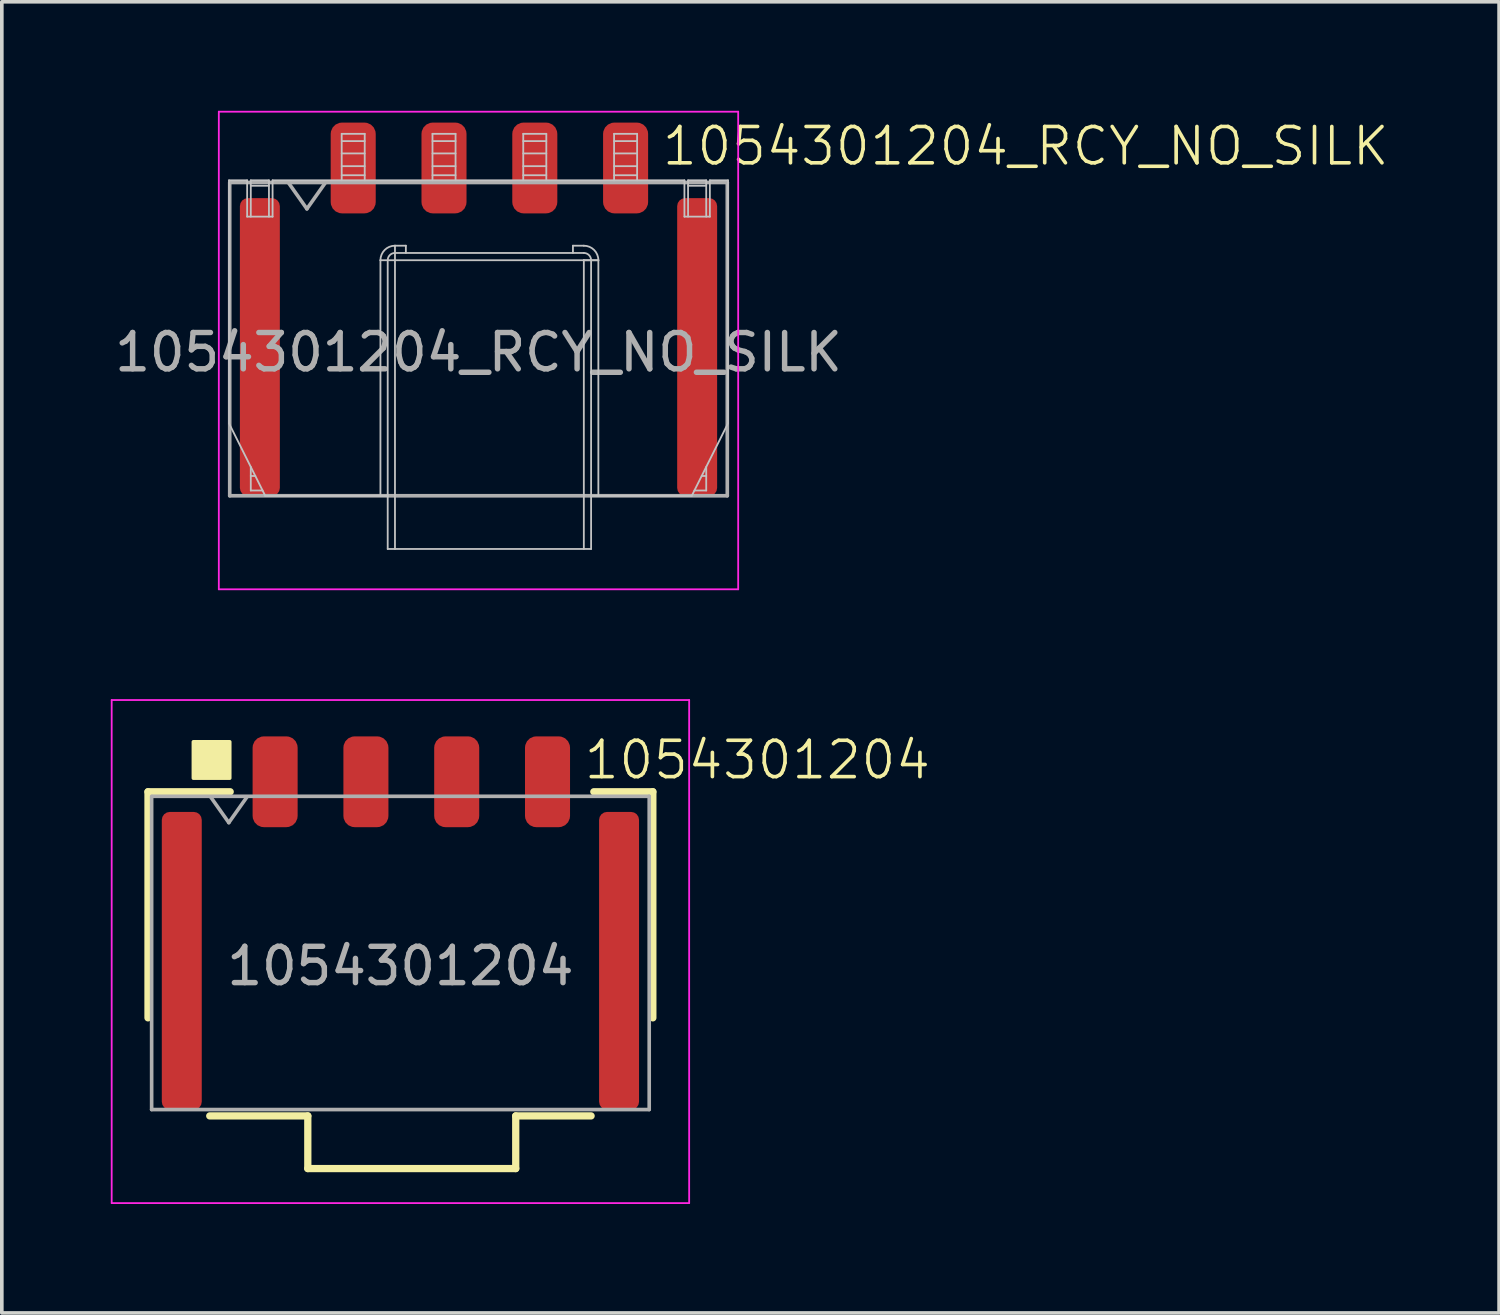
<source format=kicad_pcb>
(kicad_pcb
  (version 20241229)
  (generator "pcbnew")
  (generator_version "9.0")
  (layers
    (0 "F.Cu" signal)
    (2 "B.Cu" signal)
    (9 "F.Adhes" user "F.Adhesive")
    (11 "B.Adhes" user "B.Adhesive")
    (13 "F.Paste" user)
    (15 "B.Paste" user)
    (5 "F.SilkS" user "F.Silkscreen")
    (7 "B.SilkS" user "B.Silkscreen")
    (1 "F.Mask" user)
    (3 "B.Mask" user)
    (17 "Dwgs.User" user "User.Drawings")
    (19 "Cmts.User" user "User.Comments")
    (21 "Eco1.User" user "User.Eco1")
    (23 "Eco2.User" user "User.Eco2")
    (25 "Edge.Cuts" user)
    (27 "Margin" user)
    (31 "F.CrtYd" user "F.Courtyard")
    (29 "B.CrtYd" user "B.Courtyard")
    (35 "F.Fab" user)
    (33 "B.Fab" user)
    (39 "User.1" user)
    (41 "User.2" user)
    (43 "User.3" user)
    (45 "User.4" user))
  (footprint "1054301204"
    (layer "F.Cu")
    (at 8.275 23.175)
    (property "Reference" "1054301204" (at 4.7 -5.3 0) (unlocked yes) (layer "F.SilkS") (effects (font (size 1 1) (thickness 0.1)) (justify left)))
    (attr smd)
    (fp_line (start -7.25 -4.425) (end -4.987 -4.425) (stroke (width 0.2) (type solid)) (layer "F.SilkS"))
    (fp_line (start -7.25 1.8) (end -7.25 -4.425) (stroke (width 0.2) (type solid)) (layer "F.SilkS"))
    (fp_line (start -2.85 4.5) (end -5.55 4.5) (stroke (width 0.2) (type solid)) (layer "F.SilkS"))
    (fp_line (start -2.85 5.95) (end -2.85 4.5) (stroke (width 0.2) (type solid)) (layer "F.SilkS"))
    (fp_line (start 2.875 4.5) (end 2.875 5.95) (stroke (width 0.2) (type solid)) (layer "F.SilkS"))
    (fp_line (start 2.875 5.95) (end -2.85 5.95) (stroke (width 0.2) (type solid)) (layer "F.SilkS"))
    (fp_line (start 4.95 4.5) (end 2.875 4.5) (stroke (width 0.2) (type solid)) (layer "F.SilkS"))
    (fp_line (start 6.65 -4.425) (end 5.025 -4.425) (stroke (width 0.2) (type solid)) (layer "F.SilkS"))
    (fp_line (start 6.65 1.8) (end 6.65 -4.425) (stroke (width 0.2) (type solid)) (layer "F.SilkS"))
    (fp_rect (start -6 -5.8) (end -5 -4.8) (stroke (width 0.1) (type solid)) (fill yes) (layer "F.SilkS"))
    (fp_line (start -8.25 -6.95) (end -8.25 6.9) (stroke (width 0.05) (type solid)) (layer "F.CrtYd"))
    (fp_line (start -8.25 6.9) (end 7.65 6.9) (stroke (width 0.05) (type solid)) (layer "F.CrtYd"))
    (fp_line (start 7.65 -6.95) (end -8.25 -6.95) (stroke (width 0.05) (type solid)) (layer "F.CrtYd"))
    (fp_line (start 7.65 6.9) (end 7.65 -6.95) (stroke (width 0.05) (type solid)) (layer "F.CrtYd"))
    (fp_line (start -7.15 -4.3) (end -7.15 4.325) (stroke (width 0.1) (type solid)) (layer "F.Fab"))
    (fp_line (start -7.15 4.325) (end 6.55 4.325) (stroke (width 0.1) (type solid)) (layer "F.Fab"))
    (fp_line (start -7.125 -4.3) (end 6.55 -4.3) (stroke (width 0.1) (type solid)) (layer "F.Fab"))
    (fp_line (start -5.525 -4.282) (end -5.025 -3.575) (stroke (width 0.1) (type solid)) (layer "F.Fab"))
    (fp_line (start -5.025 -3.575) (end -4.525 -4.282) (stroke (width 0.1) (type solid)) (layer "F.Fab"))
    (fp_line (start 6.55 -4.3) (end 6.55 4.325) (stroke (width 0.1) (type solid)) (layer "F.Fab"))
    (fp_text user "${REFERENCE}" (at -0.3 0.375 0) (unlocked yes) (layer "F.Fab") (effects (font (size 1 1) (thickness 0.15))))
    (pad "1" smd roundrect (at -3.75 -4.7) (size 1.24 2.5) (layers "F.Cu" "F.Mask" "F.Paste") (roundrect_rratio 0.25))
    (pad "2" smd roundrect (at -1.25 -4.7) (size 1.24 2.5) (layers "F.Cu" "F.Mask" "F.Paste") (roundrect_rratio 0.25))
    (pad "3" smd roundrect (at 1.25 -4.7) (size 1.24 2.5) (layers "F.Cu" "F.Mask" "F.Paste") (roundrect_rratio 0.25))
    (pad "4" smd roundrect (at 3.75 -4.7) (size 1.24 2.5) (layers "F.Cu" "F.Mask" "F.Paste") (roundrect_rratio 0.25))
    (pad "MP1" smd roundrect (at -6.32 0.23) (size 1.1 8.2) (layers "F.Cu" "F.Mask" "F.Paste") (roundrect_rratio 0.2))
    (pad "MP2" smd roundrect (at 5.72 0.23) (size 1.1 8.2) (layers "F.Cu" "F.Mask" "F.Paste") (roundrect_rratio 0.2)))
  (footprint "1054301204_RCY_NO_SILK"
    (layer "F.Cu")
    (at 10.425 6.275)
    (property "Reference" "1054301204_RCY_NO_SILK" (at 4.7 -5.3 0) (unlocked yes) (layer "F.SilkS") (effects (font (size 1 1) (thickness 0.1)) (justify left)))
    (attr smd)
    (fp_line (start -7.17 -4.36) (end -7.17 2.33) (stroke (width 0.05) (type default)) (layer "Dwgs.User"))
    (fp_line (start -7.17 2.33) (end -6.17 4.33) (stroke (width 0.05) (type default)) (layer "Dwgs.User"))
    (fp_line (start -6.67 -4.36) (end -7.17 -4.36) (stroke (width 0.05) (type default)) (layer "Dwgs.User"))
    (fp_line (start -6.67 -3.36) (end -6.67 -4.36) (stroke (width 0.05) (type default)) (layer "Dwgs.User"))
    (fp_line (start -6.57 -4.36) (end -6.57 -3.36) (stroke (width 0.05) (type default)) (layer "Dwgs.User"))
    (fp_line (start -6.57 3.53) (end -6.57 4.18) (stroke (width 0.05) (type default)) (layer "Dwgs.User"))
    (fp_line (start -6.445 3.78) (end -6.57 3.78) (stroke (width 0.05) (type default)) (layer "Dwgs.User"))
    (fp_line (start -6.245 4.18) (end -6.57 4.18) (stroke (width 0.05) (type default)) (layer "Dwgs.User"))
    (fp_line (start -6.17 4.33) (end -2.8 4.33) (stroke (width 0.05) (type default)) (layer "Dwgs.User"))
    (fp_line (start -6.07 -4.36) (end -6.57 -4.36) (stroke (width 0.05) (type default)) (layer "Dwgs.User"))
    (fp_line (start -6.07 -4.36) (end -6.07 -3.36) (stroke (width 0.05) (type default)) (layer "Dwgs.User"))
    (fp_line (start -6.07 -4.21) (end -6.57 -4.21) (stroke (width 0.05) (type default)) (layer "Dwgs.User"))
    (fp_line (start -5.97 -3.36) (end -6.67 -3.36) (stroke (width 0.05) (type default)) (layer "Dwgs.User"))
    (fp_line (start -5.97 -3.36) (end -5.97 -4.36) (stroke (width 0.05) (type default)) (layer "Dwgs.User"))
    (fp_line (start -4.067 -4.36) (end -4.067 -5.64) (stroke (width 0.05) (type default)) (layer "Dwgs.User"))
    (fp_line (start -3.433 -5.64) (end -4.067 -5.64) (stroke (width 0.05) (type default)) (layer "Dwgs.User"))
    (fp_line (start -3.433 -5.44) (end -4.067 -5.44) (stroke (width 0.05) (type default)) (layer "Dwgs.User"))
    (fp_line (start -3.433 -5.1) (end -4.067 -5.1) (stroke (width 0.05) (type default)) (layer "Dwgs.User"))
    (fp_line (start -3.433 -4.75) (end -4.067 -4.75) (stroke (width 0.05) (type default)) (layer "Dwgs.User"))
    (fp_line (start -3.433 -4.5) (end -4.067 -4.5) (stroke (width 0.05) (type default)) (layer "Dwgs.User"))
    (fp_line (start -3.433 -4.36) (end -3.433 -5.64) (stroke (width 0.05) (type default)) (layer "Dwgs.User"))
    (fp_line (start -3 -2.16) (end -3 4.33) (stroke (width 0.05) (type default)) (layer "Dwgs.User"))
    (fp_line (start -2.8 5.79) (end -2.8 -2.16) (stroke (width 0.05) (type default)) (layer "Dwgs.User"))
    (fp_line (start -2.8 5.79) (end 2.8 5.79) (stroke (width 0.05) (type default)) (layer "Dwgs.User"))
    (fp_line (start -2.6 5.79) (end -2.6 -2.56) (stroke (width 0.05) (type default)) (layer "Dwgs.User"))
    (fp_line (start -2.3 -2.56) (end -2.6 -2.56) (stroke (width 0.05) (type default)) (layer "Dwgs.User"))
    (fp_line (start -2.3 -2.56) (end -2.3 -2.36) (stroke (width 0.05) (type default)) (layer "Dwgs.User"))
    (fp_line (start -1.567 -4.36) (end -1.567 -5.64) (stroke (width 0.05) (type default)) (layer "Dwgs.User"))
    (fp_line (start -0.932 -5.64) (end -1.567 -5.64) (stroke (width 0.05) (type default)) (layer "Dwgs.User"))
    (fp_line (start -0.932 -5.44) (end -1.567 -5.44) (stroke (width 0.05) (type default)) (layer "Dwgs.User"))
    (fp_line (start -0.932 -5.1) (end -1.567 -5.1) (stroke (width 0.05) (type default)) (layer "Dwgs.User"))
    (fp_line (start -0.932 -4.75) (end -1.567 -4.75) (stroke (width 0.05) (type default)) (layer "Dwgs.User"))
    (fp_line (start -0.932 -4.5) (end -1.567 -4.5) (stroke (width 0.05) (type default)) (layer "Dwgs.User"))
    (fp_line (start -0.932 -4.36) (end -0.932 -5.64) (stroke (width 0.05) (type default)) (layer "Dwgs.User"))
    (fp_line (start 0.932 -4.36) (end 0.932 -5.64) (stroke (width 0.05) (type default)) (layer "Dwgs.User"))
    (fp_line (start 1.567 -5.64) (end 0.932 -5.64) (stroke (width 0.05) (type default)) (layer "Dwgs.User"))
    (fp_line (start 1.567 -5.44) (end 0.932 -5.44) (stroke (width 0.05) (type default)) (layer "Dwgs.User"))
    (fp_line (start 1.567 -5.1) (end 0.932 -5.1) (stroke (width 0.05) (type default)) (layer "Dwgs.User"))
    (fp_line (start 1.567 -4.75) (end 0.932 -4.75) (stroke (width 0.05) (type default)) (layer "Dwgs.User"))
    (fp_line (start 1.567 -4.5) (end 0.932 -4.5) (stroke (width 0.05) (type default)) (layer "Dwgs.User"))
    (fp_line (start 1.567 -4.36) (end 1.567 -5.64) (stroke (width 0.05) (type default)) (layer "Dwgs.User"))
    (fp_line (start 2.3 -2.36) (end 2.3 -2.56) (stroke (width 0.05) (type default)) (layer "Dwgs.User"))
    (fp_line (start 2.6 -2.56) (end 2.3 -2.56) (stroke (width 0.05) (type default)) (layer "Dwgs.User"))
    (fp_line (start 2.6 -2.36) (end -2.6 -2.36) (stroke (width 0.05) (type default)) (layer "Dwgs.User"))
    (fp_line (start 2.6 -2.16) (end -3 -2.16) (stroke (width 0.05) (type default)) (layer "Dwgs.User"))
    (fp_line (start 2.6 -2.16) (end 2.6 5.79) (stroke (width 0.05) (type default)) (layer "Dwgs.User"))
    (fp_line (start 2.8 -2.16) (end 2.8 5.79) (stroke (width 0.05) (type default)) (layer "Dwgs.User"))
    (fp_line (start 2.8 4.33) (end 5.57 4.33) (stroke (width 0.05) (type default)) (layer "Dwgs.User"))
    (fp_line (start 3 -2.16) (end 2.6 -2.16) (stroke (width 0.05) (type default)) (layer "Dwgs.User"))
    (fp_line (start 3 -2.16) (end 2.6 -2.16) (stroke (width 0.05) (type default)) (layer "Dwgs.User"))
    (fp_line (start 3 4.33) (end 3 -2.16) (stroke (width 0.05) (type default)) (layer "Dwgs.User"))
    (fp_line (start 3.433 -4.36) (end 3.433 -5.64) (stroke (width 0.05) (type default)) (layer "Dwgs.User"))
    (fp_line (start 4.067 -5.64) (end 3.433 -5.64) (stroke (width 0.05) (type default)) (layer "Dwgs.User"))
    (fp_line (start 4.067 -5.44) (end 3.433 -5.44) (stroke (width 0.05) (type default)) (layer "Dwgs.User"))
    (fp_line (start 4.067 -5.1) (end 3.433 -5.1) (stroke (width 0.05) (type default)) (layer "Dwgs.User"))
    (fp_line (start 4.067 -4.75) (end 3.433 -4.75) (stroke (width 0.05) (type default)) (layer "Dwgs.User"))
    (fp_line (start 4.067 -4.5) (end 3.433 -4.5) (stroke (width 0.05) (type default)) (layer "Dwgs.User"))
    (fp_line (start 4.067 -4.36) (end 4.067 -5.64) (stroke (width 0.05) (type default)) (layer "Dwgs.User"))
    (fp_line (start 5.37 -4.36) (end -5.97 -4.36) (stroke (width 0.05) (type default)) (layer "Dwgs.User"))
    (fp_line (start 5.37 -3.36) (end 5.37 -4.36) (stroke (width 0.05) (type default)) (layer "Dwgs.User"))
    (fp_line (start 5.37 -3.36) (end 6.07 -3.36) (stroke (width 0.05) (type default)) (layer "Dwgs.User"))
    (fp_line (start 5.47 -4.36) (end 5.47 -3.36) (stroke (width 0.05) (type default)) (layer "Dwgs.User"))
    (fp_line (start 5.47 -4.36) (end 5.97 -4.36) (stroke (width 0.05) (type default)) (layer "Dwgs.User"))
    (fp_line (start 5.47 -4.21) (end 5.97 -4.21) (stroke (width 0.05) (type default)) (layer "Dwgs.User"))
    (fp_line (start 5.57 4.33) (end 6.57 2.33) (stroke (width 0.05) (type default)) (layer "Dwgs.User"))
    (fp_line (start 5.645 4.18) (end 5.97 4.18) (stroke (width 0.05) (type default)) (layer "Dwgs.User"))
    (fp_line (start 5.845 3.78) (end 5.97 3.78) (stroke (width 0.05) (type default)) (layer "Dwgs.User"))
    (fp_line (start 5.97 -4.36) (end 5.97 -3.36) (stroke (width 0.05) (type default)) (layer "Dwgs.User"))
    (fp_line (start 5.97 3.53) (end 5.97 4.18) (stroke (width 0.05) (type default)) (layer "Dwgs.User"))
    (fp_line (start 6.07 -3.36) (end 6.07 -4.36) (stroke (width 0.05) (type default)) (layer "Dwgs.User"))
    (fp_line (start 6.57 -4.36) (end 6.07 -4.36) (stroke (width 0.05) (type default)) (layer "Dwgs.User"))
    (fp_line (start 6.57 2.33) (end 6.57 -4.36) (stroke (width 0.05) (type default)) (layer "Dwgs.User"))
    (fp_arc (start -3 -2.16) (mid -2.882843 -2.442843) (end -2.600004 -2.56) (stroke (width 0.05) (type default)) (layer "Dwgs.User"))
    (fp_arc (start -2.8 -2.159999) (mid -2.741421 -2.301421) (end -2.599999 -2.36) (stroke (width 0.05) (type default)) (layer "Dwgs.User"))
    (fp_arc (start 2.6 -2.56) (mid 2.882843 -2.442843) (end 3 -2.16) (stroke (width 0.05) (type default)) (layer "Dwgs.User"))
    (fp_arc (start 2.6 -2.36) (mid 2.741421 -2.301421) (end 2.8 -2.16) (stroke (width 0.05) (type default)) (layer "Dwgs.User"))
    (fp_line (start -7.45 -6.25) (end -7.45 6.9) (stroke (width 0.05) (type solid)) (layer "F.CrtYd"))
    (fp_line (start -7.45 6.9) (end 6.85 6.9) (stroke (width 0.05) (type solid)) (layer "F.CrtYd"))
    (fp_line (start 6.85 -6.25) (end -7.45 -6.25) (stroke (width 0.05) (type solid)) (layer "F.CrtYd"))
    (fp_line (start 6.85 6.9) (end 6.85 -6.25) (stroke (width 0.05) (type solid)) (layer "F.CrtYd"))
    (fp_line (start -7.15 -4.3) (end -7.15 4.325) (stroke (width 0.1) (type solid)) (layer "F.Fab"))
    (fp_line (start -7.15 4.325) (end 6.55 4.325) (stroke (width 0.1) (type solid)) (layer "F.Fab"))
    (fp_line (start -7.125 -4.3) (end 6.55 -4.3) (stroke (width 0.1) (type solid)) (layer "F.Fab"))
    (fp_line (start -5.525 -4.282) (end -5.025 -3.575) (stroke (width 0.1) (type solid)) (layer "F.Fab"))
    (fp_line (start -5.025 -3.575) (end -4.525 -4.282) (stroke (width 0.1) (type solid)) (layer "F.Fab"))
    (fp_line (start 6.55 -4.3) (end 6.55 4.325) (stroke (width 0.1) (type solid)) (layer "F.Fab"))
    (fp_text user "${REFERENCE}" (at -0.3 0.375 0) (unlocked yes) (layer "F.Fab") (effects (font (size 1 1) (thickness 0.15))))
    (pad "1" smd roundrect (at -3.75 -4.7) (size 1.24 2.5) (layers "F.Cu" "F.Mask" "F.Paste") (roundrect_rratio 0.25))
    (pad "2" smd roundrect (at -1.25 -4.7) (size 1.24 2.5) (layers "F.Cu" "F.Mask" "F.Paste") (roundrect_rratio 0.25))
    (pad "3" smd roundrect (at 1.25 -4.7) (size 1.24 2.5) (layers "F.Cu" "F.Mask" "F.Paste") (roundrect_rratio 0.25))
    (pad "4" smd roundrect (at 3.75 -4.7) (size 1.24 2.5) (layers "F.Cu" "F.Mask" "F.Paste") (roundrect_rratio 0.25))
    (pad "MP1" smd roundrect (at -6.32 0.23) (size 1.1 8.2) (layers "F.Cu" "F.Mask" "F.Paste") (roundrect_rratio 0.2))
    (pad "MP2" smd roundrect (at 5.72 0.23) (size 1.1 8.2) (layers "F.Cu" "F.Mask" "F.Paste") (roundrect_rratio 0.2)))
  (gr_rect
    (start -3 -3)
    (end 38.225 33.1)
    (stroke (width 0.1) (type default))
    (fill no)
    (layer "Edge.Cuts")))
</source>
